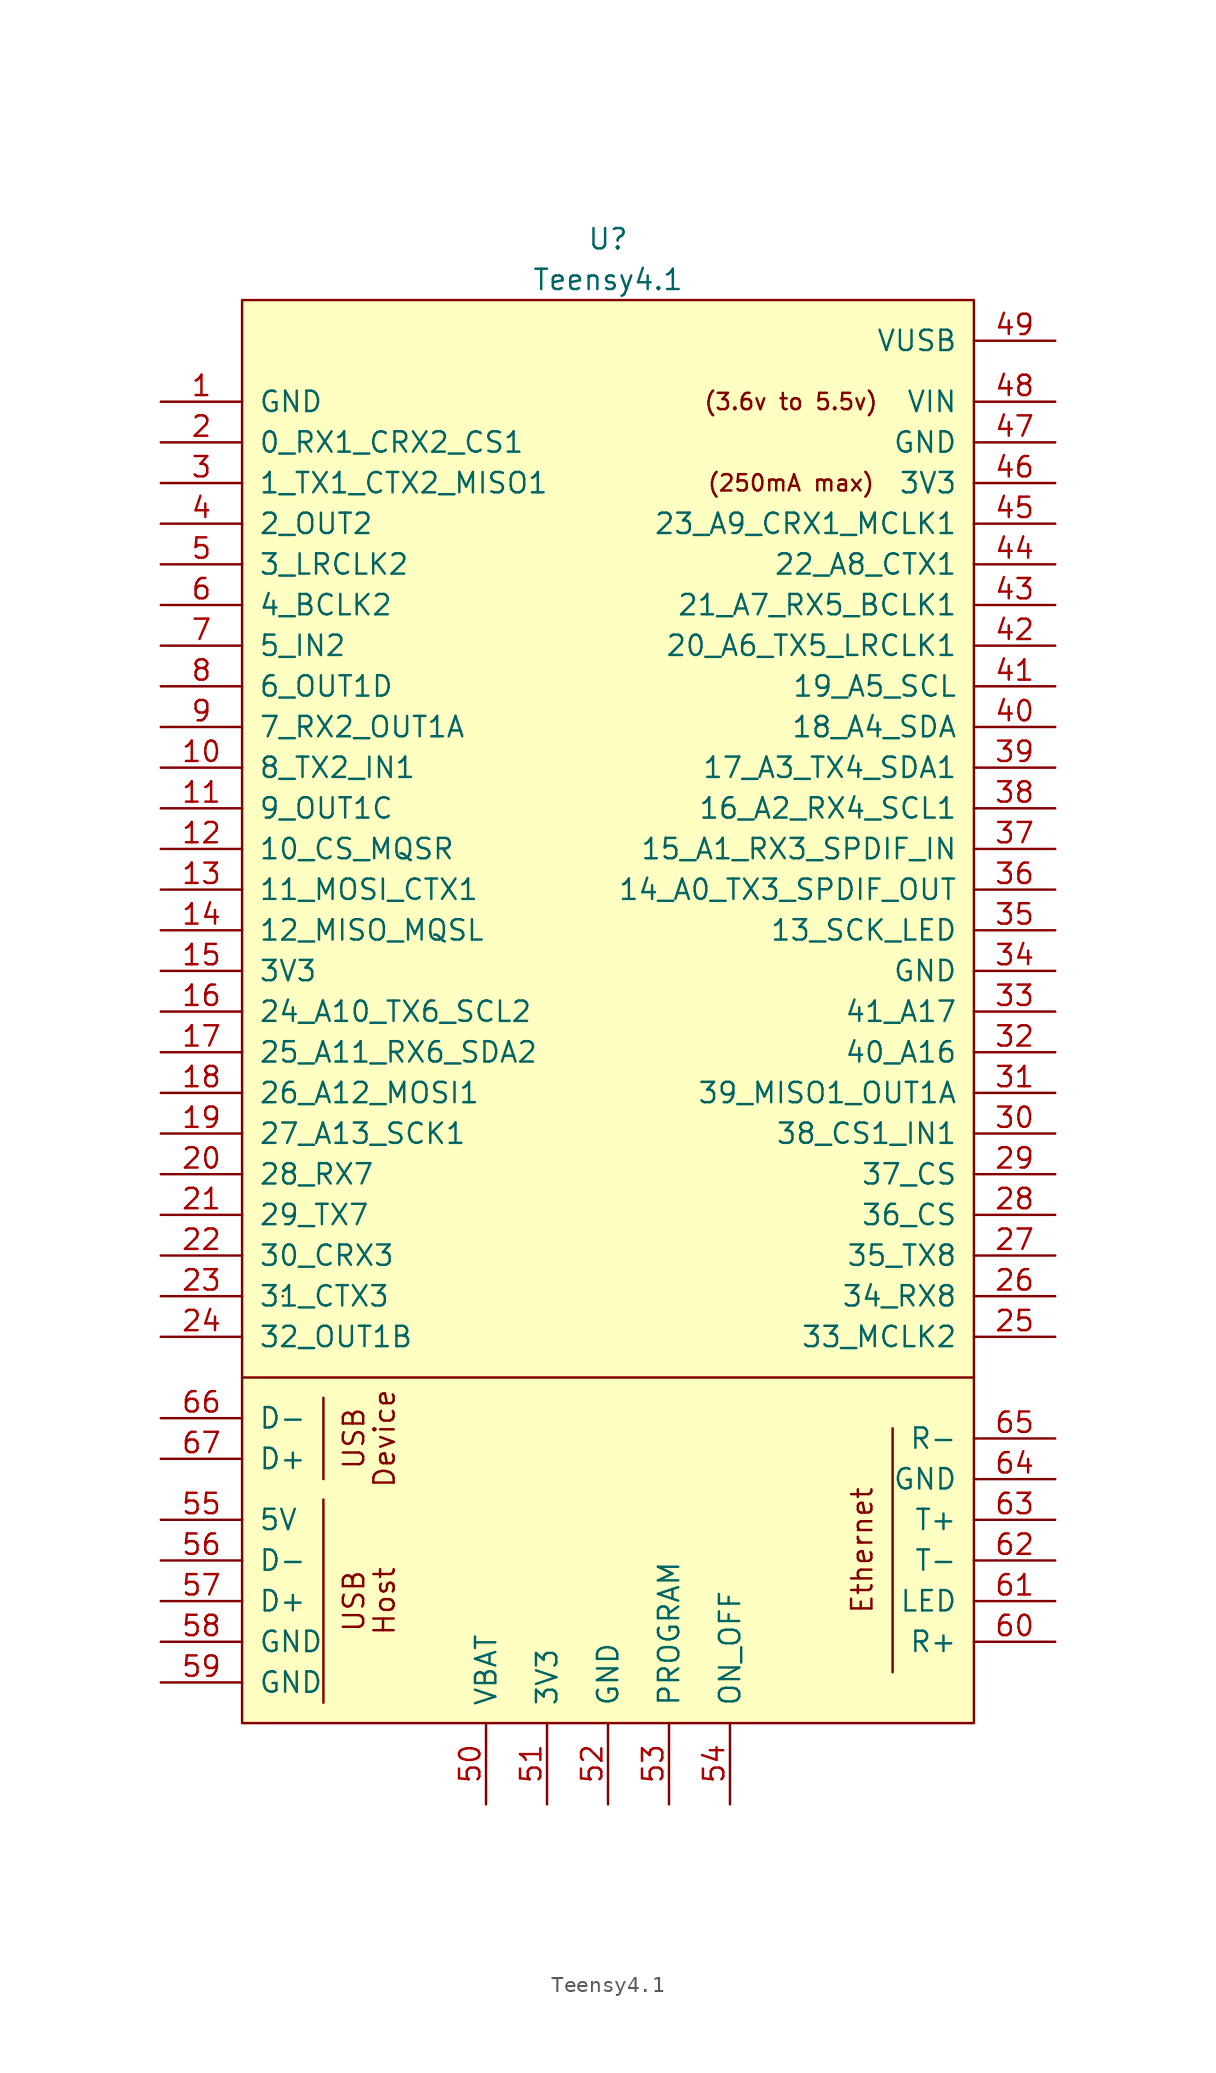
<source format=kicad_sym>
(kicad_symbol_lib
  (version 20231120)
  (generator "kicad_symbol_editor")
  (generator_version "8.0")
  (symbol "Teensy4.1"
    (pin_names
      (offset 1.016))
    (property "Reference" "U"
      (at 0 64.77 0)
      (effects (font (size 1.27 1.27))))
    (property "Value" "Teensy4.1"
      (at 0 62.23 0)
      (effects (font (size 1.27 1.27))))
    (symbol "Teensy4.1_0_0"
      (polyline (pts (xy -22.86 -6.35) (xy 22.86 -6.35)) (stroke (width 0) (type solid)) (fill (type none)))
      (polyline (pts (xy -17.78 -26.67) (xy -17.78 -13.97)) (stroke (width 0) (type solid)) (fill (type none)))
      (polyline (pts (xy -17.78 -7.62) (xy -17.78 -12.7)) (stroke (width 0) (type solid)) (fill (type none)))
      (polyline (pts (xy 17.78 -9.525) (xy 17.78 -24.765)) (stroke (width 0) (type solid)) (fill (type none)))
      (text "(250mA max)" (at 11.43 49.53 0) (effects (font (size 1.016 1.016))))
      (text "(3.6v to 5.5v)" (at 11.43 54.61 0) (effects (font (size 1.016 1.016))))
      (text "Device" (at -13.97 -10.16 900) (effects (font (size 1.27 1.27))))
      (text "Ethernet" (at 15.875 -17.145 900) (effects (font (size 1.27 1.27))))
      (text "Host" (at -13.97 -20.32 900) (effects (font (size 1.27 1.27))))
      (text "USB" (at -15.875 -20.32 900) (effects (font (size 1.27 1.27))))
      (text "USB" (at -15.875 -10.16 900) (effects (font (size 1.27 1.27))))
      (pin bidirectional line (at -27.94 31.75 0) (length 5.08) (name "8_TX2_IN1" (effects (font (size 1.27 1.27)))) (number "10" (effects (font (size 1.27 1.27)))))
      (pin bidirectional line (at -27.94 29.21 0) (length 5.08) (name "9_OUT1C" (effects (font (size 1.27 1.27)))) (number "11" (effects (font (size 1.27 1.27)))))
      (pin bidirectional line (at -27.94 26.67 0) (length 5.08) (name "10_CS_MQSR" (effects (font (size 1.27 1.27)))) (number "12" (effects (font (size 1.27 1.27)))))
      (pin bidirectional line (at -27.94 24.13 0) (length 5.08) (name "11_MOSI_CTX1" (effects (font (size 1.27 1.27)))) (number "13" (effects (font (size 1.27 1.27)))))
      (pin bidirectional line (at -27.94 21.59 0) (length 5.08) (name "12_MISO_MQSL" (effects (font (size 1.27 1.27)))) (number "14" (effects (font (size 1.27 1.27)))))
      (pin bidirectional line (at -27.94 16.51 0) (length 5.08) (name "24_A10_TX6_SCL2" (effects (font (size 1.27 1.27)))) (number "16" (effects (font (size 1.27 1.27)))))
      (pin bidirectional line (at -27.94 13.97 0) (length 5.08) (name "25_A11_RX6_SDA2" (effects (font (size 1.27 1.27)))) (number "17" (effects (font (size 1.27 1.27)))))
      (pin bidirectional line (at -27.94 11.43 0) (length 5.08) (name "26_A12_MOSI1" (effects (font (size 1.27 1.27)))) (number "18" (effects (font (size 1.27 1.27)))))
      (pin bidirectional line (at -27.94 8.89 0) (length 5.08) (name "27_A13_SCK1" (effects (font (size 1.27 1.27)))) (number "19" (effects (font (size 1.27 1.27)))))
      (pin bidirectional line (at -27.94 6.35 0) (length 5.08) (name "28_RX7" (effects (font (size 1.27 1.27)))) (number "20" (effects (font (size 1.27 1.27)))))
      (pin bidirectional line (at -27.94 3.81 0) (length 5.08) (name "29_TX7" (effects (font (size 1.27 1.27)))) (number "21" (effects (font (size 1.27 1.27)))))
      (pin bidirectional line (at -27.94 1.27 0) (length 5.08) (name "30_CRX3" (effects (font (size 1.27 1.27)))) (number "22" (effects (font (size 1.27 1.27)))))
      (pin bidirectional line (at -27.94 -1.27 0) (length 5.08) (name "31_CTX3" (effects (font (size 1.27 1.27)))) (number "23" (effects (font (size 1.27 1.27)))))
      (pin bidirectional line (at -27.94 -3.81 0) (length 5.08) (name "32_OUT1B" (effects (font (size 1.27 1.27)))) (number "24" (effects (font (size 1.27 1.27)))))
      (pin bidirectional line (at 27.94 -3.81 180) (length 5.08) (name "33_MCLK2" (effects (font (size 1.27 1.27)))) (number "25" (effects (font (size 1.27 1.27)))))
      (pin bidirectional line (at 27.94 -1.27 180) (length 5.08) (name "34_RX8" (effects (font (size 1.27 1.27)))) (number "26" (effects (font (size 1.27 1.27)))))
      (pin bidirectional line (at 27.94 1.27 180) (length 5.08) (name "35_TX8" (effects (font (size 1.27 1.27)))) (number "27" (effects (font (size 1.27 1.27)))))
      (pin bidirectional line (at 27.94 3.81 180) (length 5.08) (name "36_CS" (effects (font (size 1.27 1.27)))) (number "28" (effects (font (size 1.27 1.27)))))
      (pin bidirectional line (at 27.94 6.35 180) (length 5.08) (name "37_CS" (effects (font (size 1.27 1.27)))) (number "29" (effects (font (size 1.27 1.27)))))
      (pin bidirectional line (at 27.94 8.89 180) (length 5.08) (name "38_CS1_IN1" (effects (font (size 1.27 1.27)))) (number "30" (effects (font (size 1.27 1.27)))))
      (pin bidirectional line (at 27.94 11.43 180) (length 5.08) (name "39_MISO1_OUT1A" (effects (font (size 1.27 1.27)))) (number "31" (effects (font (size 1.27 1.27)))))
      (pin bidirectional line (at 27.94 13.97 180) (length 5.08) (name "40_A16" (effects (font (size 1.27 1.27)))) (number "32" (effects (font (size 1.27 1.27)))))
      (pin bidirectional line (at 27.94 16.51 180) (length 5.08) (name "41_A17" (effects (font (size 1.27 1.27)))) (number "33" (effects (font (size 1.27 1.27)))))
      (pin bidirectional line (at 27.94 21.59 180) (length 5.08) (name "13_SCK_LED" (effects (font (size 1.27 1.27)))) (number "35" (effects (font (size 1.27 1.27)))))
      (pin bidirectional line (at 27.94 24.13 180) (length 5.08) (name "14_A0_TX3_SPDIF_OUT" (effects (font (size 1.27 1.27)))) (number "36" (effects (font (size 1.27 1.27)))))
      (pin bidirectional line (at 27.94 26.67 180) (length 5.08) (name "15_A1_RX3_SPDIF_IN" (effects (font (size 1.27 1.27)))) (number "37" (effects (font (size 1.27 1.27)))))
      (pin bidirectional line (at 27.94 29.21 180) (length 5.08) (name "16_A2_RX4_SCL1" (effects (font (size 1.27 1.27)))) (number "38" (effects (font (size 1.27 1.27)))))
      (pin bidirectional line (at 27.94 31.75 180) (length 5.08) (name "17_A3_TX4_SDA1" (effects (font (size 1.27 1.27)))) (number "39" (effects (font (size 1.27 1.27)))))
      (pin bidirectional line (at 27.94 34.29 180) (length 5.08) (name "18_A4_SDA" (effects (font (size 1.27 1.27)))) (number "40" (effects (font (size 1.27 1.27)))))
      (pin bidirectional line (at 27.94 36.83 180) (length 5.08) (name "19_A5_SCL" (effects (font (size 1.27 1.27)))) (number "41" (effects (font (size 1.27 1.27)))))
      (pin bidirectional line (at 27.94 39.37 180) (length 5.08) (name "20_A6_TX5_LRCLK1" (effects (font (size 1.27 1.27)))) (number "42" (effects (font (size 1.27 1.27)))))
      (pin bidirectional line (at 27.94 41.91 180) (length 5.08) (name "21_A7_RX5_BCLK1" (effects (font (size 1.27 1.27)))) (number "43" (effects (font (size 1.27 1.27)))))
      (pin bidirectional line (at 27.94 44.45 180) (length 5.08) (name "22_A8_CTX1" (effects (font (size 1.27 1.27)))) (number "44" (effects (font (size 1.27 1.27)))))
      (pin bidirectional line (at 27.94 46.99 180) (length 5.08) (name "23_A9_CRX1_MCLK1" (effects (font (size 1.27 1.27)))) (number "45" (effects (font (size 1.27 1.27)))))
      (pin power_in line (at 27.94 54.61 180) (length 5.08) (name "VIN" (effects (font (size 1.27 1.27)))) (number "48" (effects (font (size 1.27 1.27)))))
      (pin power_out line (at 27.94 58.42 180) (length 5.08) (name "VUSB" (effects (font (size 1.27 1.27)))) (number "49" (effects (font (size 1.27 1.27)))))
      (pin bidirectional line (at -27.94 44.45 0) (length 5.08) (name "3_LRCLK2" (effects (font (size 1.27 1.27)))) (number "5" (effects (font (size 1.27 1.27)))))
      (pin power_in line (at -7.62 -33.02 90) (length 5.08) (name "VBAT" (effects (font (size 1.27 1.27)))) (number "50" (effects (font (size 1.27 1.27)))))
      (pin input line (at 3.81 -33.02 90) (length 5.08) (name "PROGRAM" (effects (font (size 1.27 1.27)))) (number "53" (effects (font (size 1.27 1.27)))))
      (pin input line (at 7.62 -33.02 90) (length 5.08) (name "ON_OFF" (effects (font (size 1.27 1.27)))) (number "54" (effects (font (size 1.27 1.27)))))
      (pin power_out line (at -27.94 -15.24 0) (length 5.08) (name "5V" (effects (font (size 1.27 1.27)))) (number "55" (effects (font (size 1.27 1.27)))))
      (pin bidirectional line (at -27.94 -17.78 0) (length 5.08) (name "D-" (effects (font (size 1.27 1.27)))) (number "56" (effects (font (size 1.27 1.27)))))
      (pin bidirectional line (at -27.94 -20.32 0) (length 5.08) (name "D+" (effects (font (size 1.27 1.27)))) (number "57" (effects (font (size 1.27 1.27)))))
      (pin power_in line (at -27.94 -22.86 0) (length 5.08) (name "GND" (effects (font (size 1.27 1.27)))) (number "58" (effects (font (size 1.27 1.27)))))
      (pin power_in line (at -27.94 -25.4 0) (length 5.08) (name "GND" (effects (font (size 1.27 1.27)))) (number "59" (effects (font (size 1.27 1.27)))))
      (pin bidirectional line (at -27.94 41.91 0) (length 5.08) (name "4_BCLK2" (effects (font (size 1.27 1.27)))) (number "6" (effects (font (size 1.27 1.27)))))
      (pin bidirectional line (at 27.94 -22.86 180) (length 5.08) (name "R+" (effects (font (size 1.27 1.27)))) (number "60" (effects (font (size 1.27 1.27)))))
      (pin bidirectional line (at 27.94 -20.32 180) (length 5.08) (name "LED" (effects (font (size 1.27 1.27)))) (number "61" (effects (font (size 1.27 1.27)))))
      (pin bidirectional line (at 27.94 -17.78 180) (length 5.08) (name "T-" (effects (font (size 1.27 1.27)))) (number "62" (effects (font (size 1.27 1.27)))))
      (pin bidirectional line (at 27.94 -15.24 180) (length 5.08) (name "T+" (effects (font (size 1.27 1.27)))) (number "63" (effects (font (size 1.27 1.27)))))
      (pin power_in line (at 27.94 -12.7 180) (length 5.08) (name "GND" (effects (font (size 1.27 1.27)))) (number "64" (effects (font (size 1.27 1.27)))))
      (pin bidirectional line (at 27.94 -10.16 180) (length 5.08) (name "R-" (effects (font (size 1.27 1.27)))) (number "65" (effects (font (size 1.27 1.27)))))
      (pin bidirectional line (at -27.94 -8.89 0) (length 5.08) (name "D-" (effects (font (size 1.27 1.27)))) (number "66" (effects (font (size 1.27 1.27)))))
      (pin bidirectional line (at -27.94 -11.43 0) (length 5.08) (name "D+" (effects (font (size 1.27 1.27)))) (number "67" (effects (font (size 1.27 1.27)))))
      (pin bidirectional line (at -27.94 39.37 0) (length 5.08) (name "5_IN2" (effects (font (size 1.27 1.27)))) (number "7" (effects (font (size 1.27 1.27)))))
      (pin bidirectional line (at -27.94 36.83 0) (length 5.08) (name "6_OUT1D" (effects (font (size 1.27 1.27)))) (number "8" (effects (font (size 1.27 1.27)))))
      (pin bidirectional line (at -27.94 34.29 0) (length 5.08) (name "7_RX2_OUT1A" (effects (font (size 1.27 1.27)))) (number "9" (effects (font (size 1.27 1.27))))))
    (symbol "Teensy4.1_0_1"
      (rectangle (start -20.32 -1.27) (end -20.32 -1.27) (stroke (width 0) (type solid)) (fill (type none))))
    (symbol "Teensy4.1_1_0"
      (pin power_in line (at -27.94 19.05 0) (length 5.08) (name "3V3" (effects (font (size 1.27 1.27)))) (number "15" (effects (font (size 1.27 1.27)))))
      (pin power_in line (at 27.94 49.53 180) (length 5.08) (name "3V3" (effects (font (size 1.27 1.27)))) (number "46" (effects (font (size 1.27 1.27)))))
      (pin power_in line (at 27.94 52.07 180) (length 5.08) (name "GND" (effects (font (size 1.27 1.27)))) (number "47" (effects (font (size 1.27 1.27)))))
      (pin power_in line (at -3.81 -33.02 90) (length 5.08) (name "3V3" (effects (font (size 1.27 1.27)))) (number "51" (effects (font (size 1.27 1.27)))))
      (pin power_in line (at 0 -33.02 90) (length 5.08) (name "GND" (effects (font (size 1.27 1.27)))) (number "52" (effects (font (size 1.27 1.27))))))
    (symbol "Teensy4.1_1_1"
      (rectangle (start -22.86 60.96) (end 22.86 -27.94) (stroke (width 0) (type solid)) (fill (type background)))
      (pin power_in line (at -27.94 54.61 0) (length 5.08) (name "GND" (effects (font (size 1.27 1.27)))) (number "1" (effects (font (size 1.27 1.27)))))
      (pin bidirectional line (at -27.94 52.07 0) (length 5.08) (name "0_RX1_CRX2_CS1" (effects (font (size 1.27 1.27)))) (number "2" (effects (font (size 1.27 1.27)))))
      (pin bidirectional line (at -27.94 49.53 0) (length 5.08) (name "1_TX1_CTX2_MISO1" (effects (font (size 1.27 1.27)))) (number "3" (effects (font (size 1.27 1.27)))))
      (pin power_in line (at 27.94 19.05 180) (length 5.08) (name "GND" (effects (font (size 1.27 1.27)))) (number "34" (effects (font (size 1.27 1.27)))))
      (pin bidirectional line (at -27.94 46.99 0) (length 5.08) (name "2_OUT2" (effects (font (size 1.27 1.27)))) (number "4" (effects (font (size 1.27 1.27))))))))
</source>
